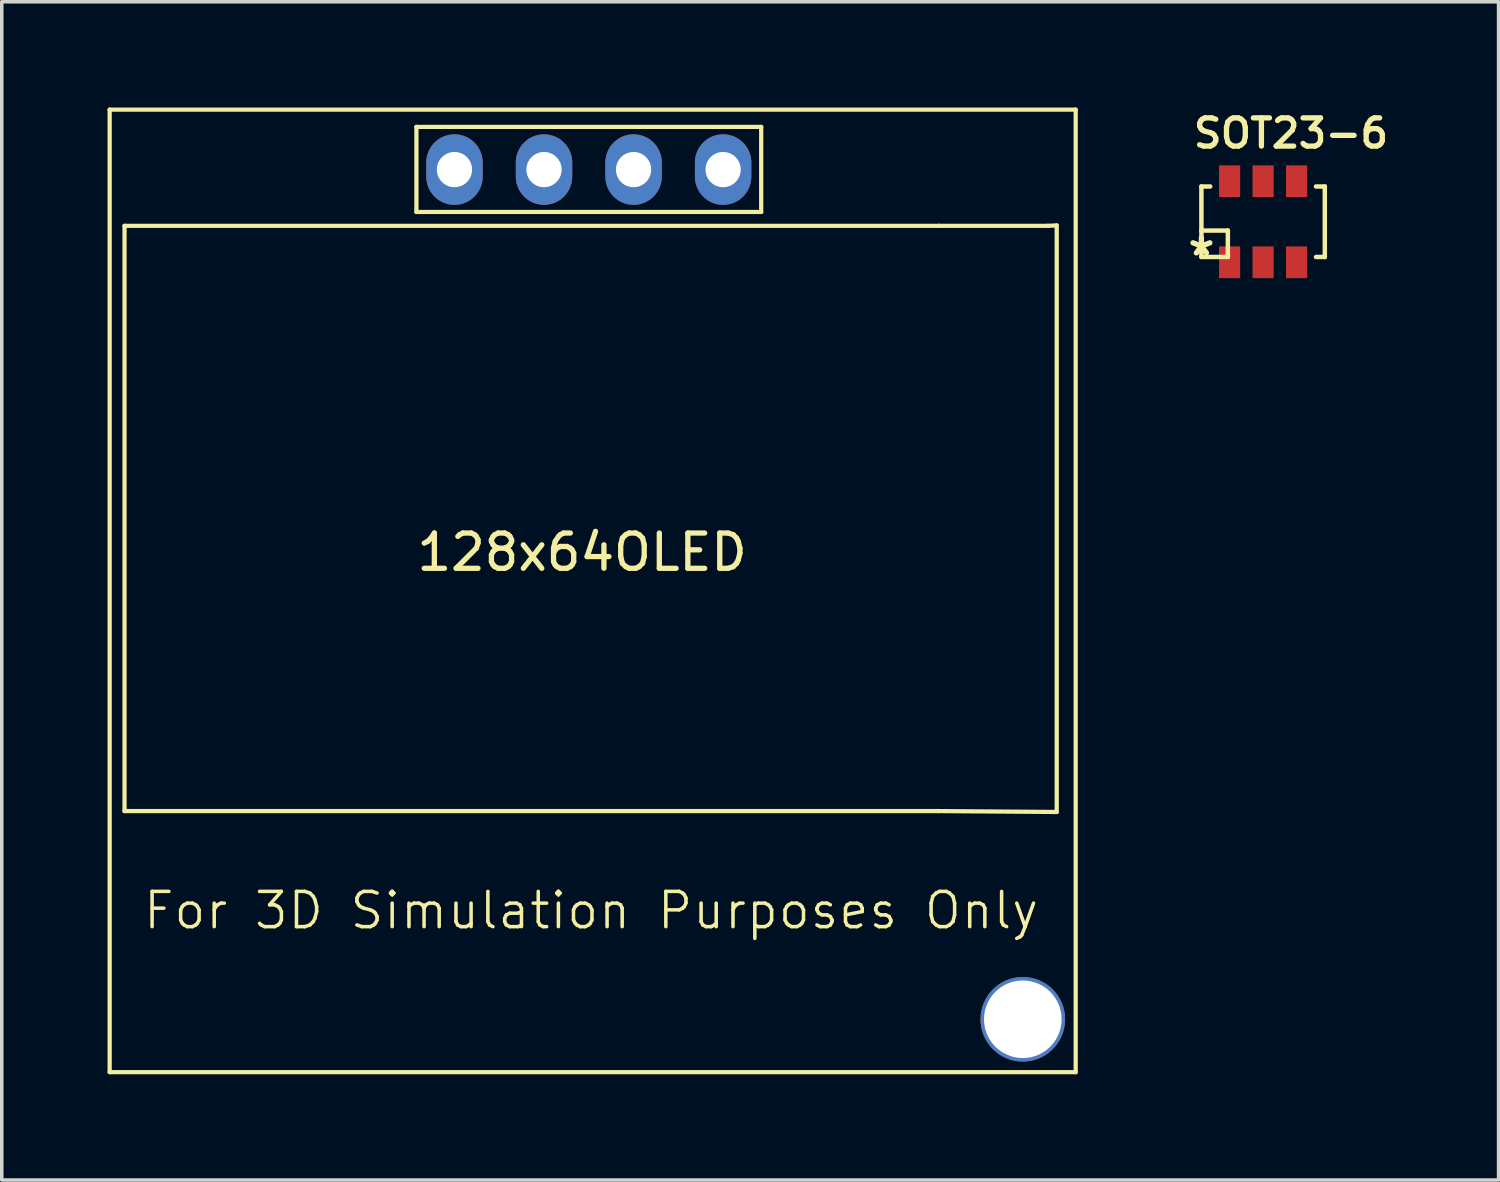
<source format=kicad_pcb>
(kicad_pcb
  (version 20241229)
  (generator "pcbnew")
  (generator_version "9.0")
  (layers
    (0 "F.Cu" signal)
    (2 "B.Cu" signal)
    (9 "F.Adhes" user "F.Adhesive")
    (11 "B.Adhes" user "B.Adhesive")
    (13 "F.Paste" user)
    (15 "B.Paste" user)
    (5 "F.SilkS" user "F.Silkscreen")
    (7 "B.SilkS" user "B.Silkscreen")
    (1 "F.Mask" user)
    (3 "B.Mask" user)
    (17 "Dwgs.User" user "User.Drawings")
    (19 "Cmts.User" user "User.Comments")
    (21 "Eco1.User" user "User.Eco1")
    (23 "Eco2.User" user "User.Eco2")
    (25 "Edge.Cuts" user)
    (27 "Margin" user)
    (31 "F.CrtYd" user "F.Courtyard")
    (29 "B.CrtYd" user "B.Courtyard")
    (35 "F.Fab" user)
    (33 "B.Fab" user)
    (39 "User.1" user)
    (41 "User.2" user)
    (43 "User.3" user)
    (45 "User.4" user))
  (footprint "SOT23-6"
    (layer "F.Cu")
    (at 32.776 3.239)
    (property "Reference" "SOT23-6" (at 0.79 -2.508 0) (layer "F.SilkS") (effects (font (size 0.8 0.8) (thickness 0.15))))
    (attr smd)
    (fp_line (start -1.75 -1) (end -1.75 0.25) (stroke (width 0.127) (type solid)) (layer "F.SilkS"))
    (fp_line (start -1.75 0.25) (end -1.75 1) (stroke (width 0.127) (type solid)) (layer "F.SilkS"))
    (fp_line (start -1.75 0.25) (end -1 0.25) (stroke (width 0.127) (type solid)) (layer "F.SilkS"))
    (fp_line (start -1.5 -1) (end -1.75 -1) (stroke (width 0.127) (type solid)) (layer "F.SilkS"))
    (fp_line (start -1 0.25) (end -1 1) (stroke (width 0.127) (type solid)) (layer "F.SilkS"))
    (fp_line (start -1 1) (end -1.75 1) (stroke (width 0.127) (type solid)) (layer "F.SilkS"))
    (fp_line (start 1.5 -1) (end 1.75 -1) (stroke (width 0.127) (type solid)) (layer "F.SilkS"))
    (fp_line (start 1.75 -1) (end 1.75 1) (stroke (width 0.127) (type solid)) (layer "F.SilkS"))
    (fp_line (start 1.75 1) (end 1.5 1) (stroke (width 0.127) (type solid)) (layer "F.SilkS"))
    (fp_text user "*" (at -1.75 1 0) (layer "F.SilkS") (effects (font (size 1 1) (thickness 0.15))))
    (pad "1" smd rect (at -0.95 1.15) (size 0.6 0.9) (layers "F.Cu" "F.Mask" "F.Paste"))
    (pad "2" smd rect (at 0 1.15) (size 0.6 0.9) (layers "F.Cu" "F.Mask" "F.Paste"))
    (pad "3" smd rect (at 0.95 1.15) (size 0.6 0.9) (layers "F.Cu" "F.Mask" "F.Paste"))
    (pad "4" smd rect (at 0.95 -1.15) (size 0.6 0.9) (layers "F.Cu" "F.Mask" "F.Paste"))
    (pad "5" smd rect (at 0 -1.15) (size 0.6 0.9) (layers "F.Cu" "F.Mask" "F.Paste"))
    (pad "6" smd rect (at -0.95 -1.15) (size 0.6 0.9) (layers "F.Cu" "F.Mask" "F.Paste")))
  (footprint "128x64OLED"
    (layer "F.Cu")
    (at 13.46 12.36)
    (property "Reference" "128x64OLED" (at 0 0.254 0) (layer "F.SilkS") (effects (font (size 1 1) (thickness 0.15))))
    (attr through_hole)
    (fp_line (start -13.4 -12.3) (end 14 -12.3) (stroke (width 0.12) (type solid)) (layer "F.SilkS"))
    (fp_line (start -13.4 15) (end -13.4 -12.3) (stroke (width 0.12) (type solid)) (layer "F.SilkS"))
    (fp_line (start -12.978 -9.005) (end 10.122 -9.005) (stroke (width 0.12) (type solid)) (layer "F.SilkS"))
    (fp_line (start -12.978 7.595) (end -12.978 -9.005) (stroke (width 0.12) (type solid)) (layer "F.SilkS"))
    (fp_line (start -4.699 -11.811) (end -4.699 -9.398) (stroke (width 0.12) (type solid)) (layer "F.SilkS"))
    (fp_line (start -4.699 -11.811) (end 5.08 -11.811) (stroke (width 0.12) (type solid)) (layer "F.SilkS"))
    (fp_line (start 5.08 -11.811) (end 5.08 -9.398) (stroke (width 0.12) (type solid)) (layer "F.SilkS"))
    (fp_line (start 5.08 -9.398) (end -4.699 -9.398) (stroke (width 0.12) (type solid)) (layer "F.SilkS"))
    (fp_line (start 10.122 -9.005) (end 13.208 -9.005) (stroke (width 0.12) (type solid)) (layer "F.SilkS"))
    (fp_line (start 10.122 7.595) (end -12.978 7.595) (stroke (width 0.12) (type solid)) (layer "F.SilkS"))
    (fp_line (start 10.122 7.595) (end 13.462 7.62) (stroke (width 0.12) (type solid)) (layer "F.SilkS"))
    (fp_line (start 13.462 -9.017) (end 13.208 -9.005) (stroke (width 0.12) (type solid)) (layer "F.SilkS"))
    (fp_line (start 13.462 7.62) (end 13.462 -9.017) (stroke (width 0.12) (type solid)) (layer "F.SilkS"))
    (fp_line (start 14 -12.3) (end 14 15) (stroke (width 0.12) (type solid)) (layer "F.SilkS"))
    (fp_line (start 14 15) (end -13.4 15) (stroke (width 0.12) (type solid)) (layer "F.SilkS"))
    (fp_text user "For 3D Simulation Purposes Only" (at -12.5 11 0) (unlocked yes) (layer "F.SilkS") (effects (font (size 1 1) (thickness 0.1)) (justify left bottom)))
    (pad "" np_thru_hole oval (at -3.62 -10.6 90) (size 2 1.6) (drill 1) (layers "*.Cu" "*.Mask"))
    (pad "" np_thru_hole oval (at -1.08 -10.6 90) (size 2 1.6) (drill 1) (layers "*.Cu" "*.Mask"))
    (pad "" np_thru_hole oval (at 1.46 -10.6 90) (size 2 1.6) (drill 1) (layers "*.Cu" "*.Mask"))
    (pad "" np_thru_hole oval (at 4 -10.6 90) (size 2 1.6) (drill 1) (layers "*.Cu" "*.Mask"))
    (pad "" thru_hole circle (at 12.5 13.5) (size 2.4 2.4) (drill 2.2) (layers "*.Cu" "*.Mask")))
  (gr_rect
    (start -3 -3)
    (end 39.454 30.42)
    (stroke (width 0.1) (type default))
    (fill no)
    (layer "Edge.Cuts")))
</source>
